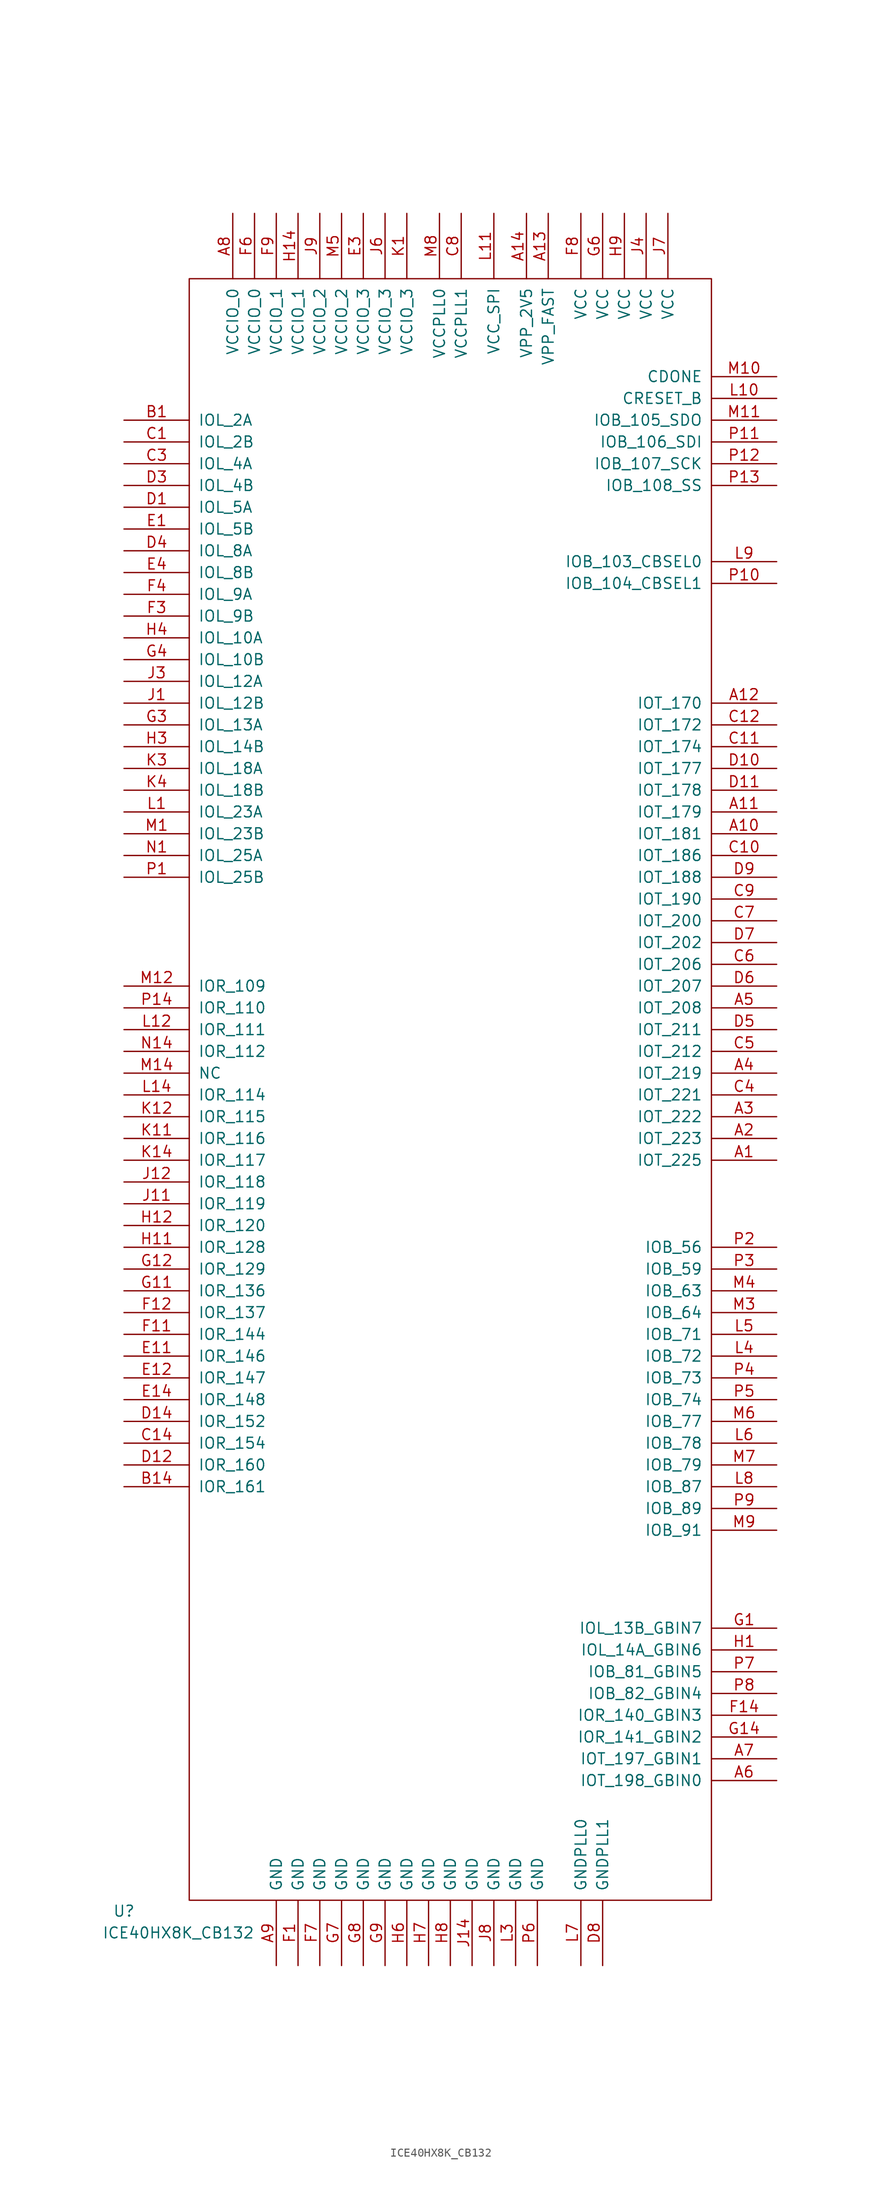
<source format=kicad_sym>
(kicad_symbol_lib
  (version 20211014)
  (generator kicad_symbol_editor)
  (symbol "ICE40HX8K_CB132"
    (pin_names
      (offset 1.016))
    (property "Reference" "U"
      (at -38.1 -36.83 0)
      (effects (font (size 1.27 1.27))))
    (property "Value" "ICE40HX8K_CB132"
      (at -31.75 -39.37 0)
      (effects (font (size 1.27 1.27))))
    (symbol "ICE40HX8K_CB132_1_0"
      (rectangle (start -30.48 -35.56) (end 30.48 153.67) (stroke (width 0) (type default) (color 0 0 0 0)) (fill (type none))))
    (symbol "ICE40HX8K_CB132_1_1"
      (pin input line (at 38.1 50.8 180) (length 7.62) (name "IOT_225" (effects (font (size 1.27 1.27)))) (number "A1" (effects (font (size 1.27 1.27)))))
      (pin input line (at 38.1 88.9 180) (length 7.62) (name "IOT_181" (effects (font (size 1.27 1.27)))) (number "A10" (effects (font (size 1.27 1.27)))))
      (pin input line (at 38.1 91.44 180) (length 7.62) (name "IOT_179" (effects (font (size 1.27 1.27)))) (number "A11" (effects (font (size 1.27 1.27)))))
      (pin input line (at 38.1 104.14 180) (length 7.62) (name "IOT_170" (effects (font (size 1.27 1.27)))) (number "A12" (effects (font (size 1.27 1.27)))))
      (pin input line (at 11.43 161.29 270) (length 7.62) (name "VPP_FAST" (effects (font (size 1.27 1.27)))) (number "A13" (effects (font (size 1.27 1.27)))))
      (pin input line (at 8.89 161.29 270) (length 7.62) (name "VPP_2V5" (effects (font (size 1.27 1.27)))) (number "A14" (effects (font (size 1.27 1.27)))))
      (pin input line (at 38.1 53.34 180) (length 7.62) (name "IOT_223" (effects (font (size 1.27 1.27)))) (number "A2" (effects (font (size 1.27 1.27)))))
      (pin input line (at 38.1 55.88 180) (length 7.62) (name "IOT_222" (effects (font (size 1.27 1.27)))) (number "A3" (effects (font (size 1.27 1.27)))))
      (pin input line (at 38.1 60.96 180) (length 7.62) (name "IOT_219" (effects (font (size 1.27 1.27)))) (number "A4" (effects (font (size 1.27 1.27)))))
      (pin input line (at 38.1 68.58 180) (length 7.62) (name "IOT_208" (effects (font (size 1.27 1.27)))) (number "A5" (effects (font (size 1.27 1.27)))))
      (pin input line (at 38.1 -21.59 180) (length 7.62) (name "IOT_198_GBIN0" (effects (font (size 1.27 1.27)))) (number "A6" (effects (font (size 1.27 1.27)))))
      (pin input line (at 38.1 -19.05 180) (length 7.62) (name "IOT_197_GBIN1" (effects (font (size 1.27 1.27)))) (number "A7" (effects (font (size 1.27 1.27)))))
      (pin power_in line (at -25.4 161.29 270) (length 7.62) (name "VCCIO_0" (effects (font (size 1.27 1.27)))) (number "A8" (effects (font (size 1.27 1.27)))))
      (pin power_in line (at -20.32 -43.18 90) (length 7.62) (name "GND" (effects (font (size 1.27 1.27)))) (number "A9" (effects (font (size 1.27 1.27)))))
      (pin input line (at -38.1 137.16 0) (length 7.62) (name "IOL_2A" (effects (font (size 1.27 1.27)))) (number "B1" (effects (font (size 1.27 1.27)))))
      (pin input line (at -38.1 12.7 0) (length 7.62) (name "IOR_161" (effects (font (size 1.27 1.27)))) (number "B14" (effects (font (size 1.27 1.27)))))
      (pin input line (at -38.1 134.62 0) (length 7.62) (name "IOL_2B" (effects (font (size 1.27 1.27)))) (number "C1" (effects (font (size 1.27 1.27)))))
      (pin input line (at 38.1 86.36 180) (length 7.62) (name "IOT_186" (effects (font (size 1.27 1.27)))) (number "C10" (effects (font (size 1.27 1.27)))))
      (pin input line (at 38.1 99.06 180) (length 7.62) (name "IOT_174" (effects (font (size 1.27 1.27)))) (number "C11" (effects (font (size 1.27 1.27)))))
      (pin input line (at 38.1 101.6 180) (length 7.62) (name "IOT_172" (effects (font (size 1.27 1.27)))) (number "C12" (effects (font (size 1.27 1.27)))))
      (pin input line (at -38.1 17.78 0) (length 7.62) (name "IOR_154" (effects (font (size 1.27 1.27)))) (number "C14" (effects (font (size 1.27 1.27)))))
      (pin input line (at -38.1 132.08 0) (length 7.62) (name "IOL_4A" (effects (font (size 1.27 1.27)))) (number "C3" (effects (font (size 1.27 1.27)))))
      (pin input line (at 38.1 58.42 180) (length 7.62) (name "IOT_221" (effects (font (size 1.27 1.27)))) (number "C4" (effects (font (size 1.27 1.27)))))
      (pin input line (at 38.1 63.5 180) (length 7.62) (name "IOT_212" (effects (font (size 1.27 1.27)))) (number "C5" (effects (font (size 1.27 1.27)))))
      (pin input line (at 38.1 73.66 180) (length 7.62) (name "IOT_206" (effects (font (size 1.27 1.27)))) (number "C6" (effects (font (size 1.27 1.27)))))
      (pin input line (at 38.1 78.74 180) (length 7.62) (name "IOT_200" (effects (font (size 1.27 1.27)))) (number "C7" (effects (font (size 1.27 1.27)))))
      (pin power_in line (at 1.27 161.29 270) (length 7.62) (name "VCCPLL1" (effects (font (size 1.27 1.27)))) (number "C8" (effects (font (size 1.27 1.27)))))
      (pin input line (at 38.1 81.28 180) (length 7.62) (name "IOT_190" (effects (font (size 1.27 1.27)))) (number "C9" (effects (font (size 1.27 1.27)))))
      (pin input line (at -38.1 127 0) (length 7.62) (name "IOL_5A" (effects (font (size 1.27 1.27)))) (number "D1" (effects (font (size 1.27 1.27)))))
      (pin input line (at 38.1 96.52 180) (length 7.62) (name "IOT_177" (effects (font (size 1.27 1.27)))) (number "D10" (effects (font (size 1.27 1.27)))))
      (pin input line (at 38.1 93.98 180) (length 7.62) (name "IOT_178" (effects (font (size 1.27 1.27)))) (number "D11" (effects (font (size 1.27 1.27)))))
      (pin input line (at -38.1 15.24 0) (length 7.62) (name "IOR_160" (effects (font (size 1.27 1.27)))) (number "D12" (effects (font (size 1.27 1.27)))))
      (pin input line (at -38.1 20.32 0) (length 7.62) (name "IOR_152" (effects (font (size 1.27 1.27)))) (number "D14" (effects (font (size 1.27 1.27)))))
      (pin input line (at -38.1 129.54 0) (length 7.62) (name "IOL_4B" (effects (font (size 1.27 1.27)))) (number "D3" (effects (font (size 1.27 1.27)))))
      (pin input line (at -38.1 121.92 0) (length 7.62) (name "IOL_8A" (effects (font (size 1.27 1.27)))) (number "D4" (effects (font (size 1.27 1.27)))))
      (pin input line (at 38.1 66.04 180) (length 7.62) (name "IOT_211" (effects (font (size 1.27 1.27)))) (number "D5" (effects (font (size 1.27 1.27)))))
      (pin input line (at 38.1 71.12 180) (length 7.62) (name "IOT_207" (effects (font (size 1.27 1.27)))) (number "D6" (effects (font (size 1.27 1.27)))))
      (pin input line (at 38.1 76.2 180) (length 7.62) (name "IOT_202" (effects (font (size 1.27 1.27)))) (number "D7" (effects (font (size 1.27 1.27)))))
      (pin power_in line (at 17.78 -43.18 90) (length 7.62) (name "GNDPLL1" (effects (font (size 1.27 1.27)))) (number "D8" (effects (font (size 1.27 1.27)))))
      (pin input line (at 38.1 83.82 180) (length 7.62) (name "IOT_188" (effects (font (size 1.27 1.27)))) (number "D9" (effects (font (size 1.27 1.27)))))
      (pin input line (at -38.1 124.46 0) (length 7.62) (name "IOL_5B" (effects (font (size 1.27 1.27)))) (number "E1" (effects (font (size 1.27 1.27)))))
      (pin input line (at -38.1 27.94 0) (length 7.62) (name "IOR_146" (effects (font (size 1.27 1.27)))) (number "E11" (effects (font (size 1.27 1.27)))))
      (pin input line (at -38.1 25.4 0) (length 7.62) (name "IOR_147" (effects (font (size 1.27 1.27)))) (number "E12" (effects (font (size 1.27 1.27)))))
      (pin input line (at -38.1 22.86 0) (length 7.62) (name "IOR_148" (effects (font (size 1.27 1.27)))) (number "E14" (effects (font (size 1.27 1.27)))))
      (pin power_in line (at -10.16 161.29 270) (length 7.62) (name "VCCIO_3" (effects (font (size 1.27 1.27)))) (number "E3" (effects (font (size 1.27 1.27)))))
      (pin input line (at -38.1 119.38 0) (length 7.62) (name "IOL_8B" (effects (font (size 1.27 1.27)))) (number "E4" (effects (font (size 1.27 1.27)))))
      (pin power_in line (at -17.78 -43.18 90) (length 7.62) (name "GND" (effects (font (size 1.27 1.27)))) (number "F1" (effects (font (size 1.27 1.27)))))
      (pin input line (at -38.1 30.48 0) (length 7.62) (name "IOR_144" (effects (font (size 1.27 1.27)))) (number "F11" (effects (font (size 1.27 1.27)))))
      (pin input line (at -38.1 33.02 0) (length 7.62) (name "IOR_137" (effects (font (size 1.27 1.27)))) (number "F12" (effects (font (size 1.27 1.27)))))
      (pin input line (at 38.1 -13.97 180) (length 7.62) (name "IOR_140_GBIN3" (effects (font (size 1.27 1.27)))) (number "F14" (effects (font (size 1.27 1.27)))))
      (pin input line (at -38.1 114.3 0) (length 7.62) (name "IOL_9B" (effects (font (size 1.27 1.27)))) (number "F3" (effects (font (size 1.27 1.27)))))
      (pin input line (at -38.1 116.84 0) (length 7.62) (name "IOL_9A" (effects (font (size 1.27 1.27)))) (number "F4" (effects (font (size 1.27 1.27)))))
      (pin power_in line (at -22.86 161.29 270) (length 7.62) (name "VCCIO_0" (effects (font (size 1.27 1.27)))) (number "F6" (effects (font (size 1.27 1.27)))))
      (pin power_in line (at -15.24 -43.18 90) (length 7.62) (name "GND" (effects (font (size 1.27 1.27)))) (number "F7" (effects (font (size 1.27 1.27)))))
      (pin power_in line (at 15.24 161.29 270) (length 7.62) (name "VCC" (effects (font (size 1.27 1.27)))) (number "F8" (effects (font (size 1.27 1.27)))))
      (pin power_in line (at -20.32 161.29 270) (length 7.62) (name "VCCIO_1" (effects (font (size 1.27 1.27)))) (number "F9" (effects (font (size 1.27 1.27)))))
      (pin input line (at 38.1 -3.81 180) (length 7.62) (name "IOL_13B_GBIN7" (effects (font (size 1.27 1.27)))) (number "G1" (effects (font (size 1.27 1.27)))))
      (pin input line (at -38.1 35.56 0) (length 7.62) (name "IOR_136" (effects (font (size 1.27 1.27)))) (number "G11" (effects (font (size 1.27 1.27)))))
      (pin input line (at -38.1 38.1 0) (length 7.62) (name "IOR_129" (effects (font (size 1.27 1.27)))) (number "G12" (effects (font (size 1.27 1.27)))))
      (pin input line (at 38.1 -16.51 180) (length 7.62) (name "IOR_141_GBIN2" (effects (font (size 1.27 1.27)))) (number "G14" (effects (font (size 1.27 1.27)))))
      (pin input line (at -38.1 101.6 0) (length 7.62) (name "IOL_13A" (effects (font (size 1.27 1.27)))) (number "G3" (effects (font (size 1.27 1.27)))))
      (pin input line (at -38.1 109.22 0) (length 7.62) (name "IOL_10B" (effects (font (size 1.27 1.27)))) (number "G4" (effects (font (size 1.27 1.27)))))
      (pin power_in line (at 17.78 161.29 270) (length 7.62) (name "VCC" (effects (font (size 1.27 1.27)))) (number "G6" (effects (font (size 1.27 1.27)))))
      (pin power_in line (at -12.7 -43.18 90) (length 7.62) (name "GND" (effects (font (size 1.27 1.27)))) (number "G7" (effects (font (size 1.27 1.27)))))
      (pin power_in line (at -10.16 -43.18 90) (length 7.62) (name "GND" (effects (font (size 1.27 1.27)))) (number "G8" (effects (font (size 1.27 1.27)))))
      (pin power_in line (at -7.62 -43.18 90) (length 7.62) (name "GND" (effects (font (size 1.27 1.27)))) (number "G9" (effects (font (size 1.27 1.27)))))
      (pin input line (at 38.1 -6.35 180) (length 7.62) (name "IOL_14A_GBIN6" (effects (font (size 1.27 1.27)))) (number "H1" (effects (font (size 1.27 1.27)))))
      (pin input line (at -38.1 40.64 0) (length 7.62) (name "IOR_128" (effects (font (size 1.27 1.27)))) (number "H11" (effects (font (size 1.27 1.27)))))
      (pin input line (at -38.1 43.18 0) (length 7.62) (name "IOR_120" (effects (font (size 1.27 1.27)))) (number "H12" (effects (font (size 1.27 1.27)))))
      (pin power_in line (at -17.78 161.29 270) (length 7.62) (name "VCCIO_1" (effects (font (size 1.27 1.27)))) (number "H14" (effects (font (size 1.27 1.27)))))
      (pin input line (at -38.1 99.06 0) (length 7.62) (name "IOL_14B" (effects (font (size 1.27 1.27)))) (number "H3" (effects (font (size 1.27 1.27)))))
      (pin input line (at -38.1 111.76 0) (length 7.62) (name "IOL_10A" (effects (font (size 1.27 1.27)))) (number "H4" (effects (font (size 1.27 1.27)))))
      (pin power_in line (at -5.08 -43.18 90) (length 7.62) (name "GND" (effects (font (size 1.27 1.27)))) (number "H6" (effects (font (size 1.27 1.27)))))
      (pin power_in line (at -2.54 -43.18 90) (length 7.62) (name "GND" (effects (font (size 1.27 1.27)))) (number "H7" (effects (font (size 1.27 1.27)))))
      (pin power_in line (at 0 -43.18 90) (length 7.62) (name "GND" (effects (font (size 1.27 1.27)))) (number "H8" (effects (font (size 1.27 1.27)))))
      (pin power_in line (at 20.32 161.29 270) (length 7.62) (name "VCC" (effects (font (size 1.27 1.27)))) (number "H9" (effects (font (size 1.27 1.27)))))
      (pin input line (at -38.1 104.14 0) (length 7.62) (name "IOL_12B" (effects (font (size 1.27 1.27)))) (number "J1" (effects (font (size 1.27 1.27)))))
      (pin input line (at -38.1 45.72 0) (length 7.62) (name "IOR_119" (effects (font (size 1.27 1.27)))) (number "J11" (effects (font (size 1.27 1.27)))))
      (pin input line (at -38.1 48.26 0) (length 7.62) (name "IOR_118" (effects (font (size 1.27 1.27)))) (number "J12" (effects (font (size 1.27 1.27)))))
      (pin power_in line (at 2.54 -43.18 90) (length 7.62) (name "GND" (effects (font (size 1.27 1.27)))) (number "J14" (effects (font (size 1.27 1.27)))))
      (pin input line (at -38.1 106.68 0) (length 7.62) (name "IOL_12A" (effects (font (size 1.27 1.27)))) (number "J3" (effects (font (size 1.27 1.27)))))
      (pin power_in line (at 22.86 161.29 270) (length 7.62) (name "VCC" (effects (font (size 1.27 1.27)))) (number "J4" (effects (font (size 1.27 1.27)))))
      (pin power_in line (at -7.62 161.29 270) (length 7.62) (name "VCCIO_3" (effects (font (size 1.27 1.27)))) (number "J6" (effects (font (size 1.27 1.27)))))
      (pin power_in line (at 25.4 161.29 270) (length 7.62) (name "VCC" (effects (font (size 1.27 1.27)))) (number "J7" (effects (font (size 1.27 1.27)))))
      (pin power_in line (at 5.08 -43.18 90) (length 7.62) (name "GND" (effects (font (size 1.27 1.27)))) (number "J8" (effects (font (size 1.27 1.27)))))
      (pin power_in line (at -15.24 161.29 270) (length 7.62) (name "VCCIO_2" (effects (font (size 1.27 1.27)))) (number "J9" (effects (font (size 1.27 1.27)))))
      (pin power_in line (at -5.08 161.29 270) (length 7.62) (name "VCCIO_3" (effects (font (size 1.27 1.27)))) (number "K1" (effects (font (size 1.27 1.27)))))
      (pin input line (at -38.1 53.34 0) (length 7.62) (name "IOR_116" (effects (font (size 1.27 1.27)))) (number "K11" (effects (font (size 1.27 1.27)))))
      (pin input line (at -38.1 55.88 0) (length 7.62) (name "IOR_115" (effects (font (size 1.27 1.27)))) (number "K12" (effects (font (size 1.27 1.27)))))
      (pin input line (at -38.1 50.8 0) (length 7.62) (name "IOR_117" (effects (font (size 1.27 1.27)))) (number "K14" (effects (font (size 1.27 1.27)))))
      (pin input line (at -38.1 96.52 0) (length 7.62) (name "IOL_18A" (effects (font (size 1.27 1.27)))) (number "K3" (effects (font (size 1.27 1.27)))))
      (pin input line (at -38.1 93.98 0) (length 7.62) (name "IOL_18B" (effects (font (size 1.27 1.27)))) (number "K4" (effects (font (size 1.27 1.27)))))
      (pin input line (at -38.1 91.44 0) (length 7.62) (name "IOL_23A" (effects (font (size 1.27 1.27)))) (number "L1" (effects (font (size 1.27 1.27)))))
      (pin input line (at 38.1 139.7 180) (length 7.62) (name "CRESET_B" (effects (font (size 1.27 1.27)))) (number "L10" (effects (font (size 1.27 1.27)))))
      (pin power_in line (at 5.08 161.29 270) (length 7.62) (name "VCC_SPI" (effects (font (size 1.27 1.27)))) (number "L11" (effects (font (size 1.27 1.27)))))
      (pin input line (at -38.1 66.04 0) (length 7.62) (name "IOR_111" (effects (font (size 1.27 1.27)))) (number "L12" (effects (font (size 1.27 1.27)))))
      (pin input line (at -38.1 58.42 0) (length 7.62) (name "IOR_114" (effects (font (size 1.27 1.27)))) (number "L14" (effects (font (size 1.27 1.27)))))
      (pin power_in line (at 7.62 -43.18 90) (length 7.62) (name "GND" (effects (font (size 1.27 1.27)))) (number "L3" (effects (font (size 1.27 1.27)))))
      (pin input line (at 38.1 27.94 180) (length 7.62) (name "IOB_72" (effects (font (size 1.27 1.27)))) (number "L4" (effects (font (size 1.27 1.27)))))
      (pin input line (at 38.1 30.48 180) (length 7.62) (name "IOB_71" (effects (font (size 1.27 1.27)))) (number "L5" (effects (font (size 1.27 1.27)))))
      (pin input line (at 38.1 17.78 180) (length 7.62) (name "IOB_78" (effects (font (size 1.27 1.27)))) (number "L6" (effects (font (size 1.27 1.27)))))
      (pin power_in line (at 15.24 -43.18 90) (length 7.62) (name "GNDPLL0" (effects (font (size 1.27 1.27)))) (number "L7" (effects (font (size 1.27 1.27)))))
      (pin output line (at 38.1 12.7 180) (length 7.62) (name "IOB_87" (effects (font (size 1.27 1.27)))) (number "L8" (effects (font (size 1.27 1.27)))))
      (pin input line (at 38.1 120.65 180) (length 7.62) (name "IOB_103_CBSEL0" (effects (font (size 1.27 1.27)))) (number "L9" (effects (font (size 1.27 1.27)))))
      (pin input line (at -38.1 88.9 0) (length 7.62) (name "IOL_23B" (effects (font (size 1.27 1.27)))) (number "M1" (effects (font (size 1.27 1.27)))))
      (pin input line (at 38.1 142.24 180) (length 7.62) (name "CDONE" (effects (font (size 1.27 1.27)))) (number "M10" (effects (font (size 1.27 1.27)))))
      (pin input line (at 38.1 137.16 180) (length 7.62) (name "IOB_105_SDO" (effects (font (size 1.27 1.27)))) (number "M11" (effects (font (size 1.27 1.27)))))
      (pin input line (at -38.1 71.12 0) (length 7.62) (name "IOR_109" (effects (font (size 1.27 1.27)))) (number "M12" (effects (font (size 1.27 1.27)))))
      (pin input line (at -38.1 60.96 0) (length 7.62) (name "NC" (effects (font (size 1.27 1.27)))) (number "M14" (effects (font (size 1.27 1.27)))))
      (pin input line (at 38.1 33.02 180) (length 7.62) (name "IOB_64" (effects (font (size 1.27 1.27)))) (number "M3" (effects (font (size 1.27 1.27)))))
      (pin input line (at 38.1 35.56 180) (length 7.62) (name "IOB_63" (effects (font (size 1.27 1.27)))) (number "M4" (effects (font (size 1.27 1.27)))))
      (pin power_in line (at -12.7 161.29 270) (length 7.62) (name "VCCIO_2" (effects (font (size 1.27 1.27)))) (number "M5" (effects (font (size 1.27 1.27)))))
      (pin output line (at 38.1 20.32 180) (length 7.62) (name "IOB_77" (effects (font (size 1.27 1.27)))) (number "M6" (effects (font (size 1.27 1.27)))))
      (pin input line (at 38.1 15.24 180) (length 7.62) (name "IOB_79" (effects (font (size 1.27 1.27)))) (number "M7" (effects (font (size 1.27 1.27)))))
      (pin power_in line (at -1.27 161.29 270) (length 7.62) (name "VCCPLL0" (effects (font (size 1.27 1.27)))) (number "M8" (effects (font (size 1.27 1.27)))))
      (pin input line (at 38.1 7.62 180) (length 7.62) (name "IOB_91" (effects (font (size 1.27 1.27)))) (number "M9" (effects (font (size 1.27 1.27)))))
      (pin input line (at -38.1 86.36 0) (length 7.62) (name "IOL_25A" (effects (font (size 1.27 1.27)))) (number "N1" (effects (font (size 1.27 1.27)))))
      (pin input line (at -38.1 63.5 0) (length 7.62) (name "IOR_112" (effects (font (size 1.27 1.27)))) (number "N14" (effects (font (size 1.27 1.27)))))
      (pin input line (at -38.1 83.82 0) (length 7.62) (name "IOL_25B" (effects (font (size 1.27 1.27)))) (number "P1" (effects (font (size 1.27 1.27)))))
      (pin input line (at 38.1 118.11 180) (length 7.62) (name "IOB_104_CBSEL1" (effects (font (size 1.27 1.27)))) (number "P10" (effects (font (size 1.27 1.27)))))
      (pin input line (at 38.1 134.62 180) (length 7.62) (name "IOB_106_SDI" (effects (font (size 1.27 1.27)))) (number "P11" (effects (font (size 1.27 1.27)))))
      (pin input line (at 38.1 132.08 180) (length 7.62) (name "IOB_107_SCK" (effects (font (size 1.27 1.27)))) (number "P12" (effects (font (size 1.27 1.27)))))
      (pin input line (at 38.1 129.54 180) (length 7.62) (name "IOB_108_SS" (effects (font (size 1.27 1.27)))) (number "P13" (effects (font (size 1.27 1.27)))))
      (pin input line (at -38.1 68.58 0) (length 7.62) (name "IOR_110" (effects (font (size 1.27 1.27)))) (number "P14" (effects (font (size 1.27 1.27)))))
      (pin input line (at 38.1 40.64 180) (length 7.62) (name "IOB_56" (effects (font (size 1.27 1.27)))) (number "P2" (effects (font (size 1.27 1.27)))))
      (pin input line (at 38.1 38.1 180) (length 7.62) (name "IOB_59" (effects (font (size 1.27 1.27)))) (number "P3" (effects (font (size 1.27 1.27)))))
      (pin input line (at 38.1 25.4 180) (length 7.62) (name "IOB_73" (effects (font (size 1.27 1.27)))) (number "P4" (effects (font (size 1.27 1.27)))))
      (pin output line (at 38.1 22.86 180) (length 7.62) (name "IOB_74" (effects (font (size 1.27 1.27)))) (number "P5" (effects (font (size 1.27 1.27)))))
      (pin power_in line (at 10.16 -43.18 90) (length 7.62) (name "GND" (effects (font (size 1.27 1.27)))) (number "P6" (effects (font (size 1.27 1.27)))))
      (pin input line (at 38.1 -8.89 180) (length 7.62) (name "IOB_81_GBIN5" (effects (font (size 1.27 1.27)))) (number "P7" (effects (font (size 1.27 1.27)))))
      (pin input line (at 38.1 -11.43 180) (length 7.62) (name "IOB_82_GBIN4" (effects (font (size 1.27 1.27)))) (number "P8" (effects (font (size 1.27 1.27)))))
      (pin output line (at 38.1 10.16 180) (length 7.62) (name "IOB_89" (effects (font (size 1.27 1.27)))) (number "P9" (effects (font (size 1.27 1.27))))))))
</source>
